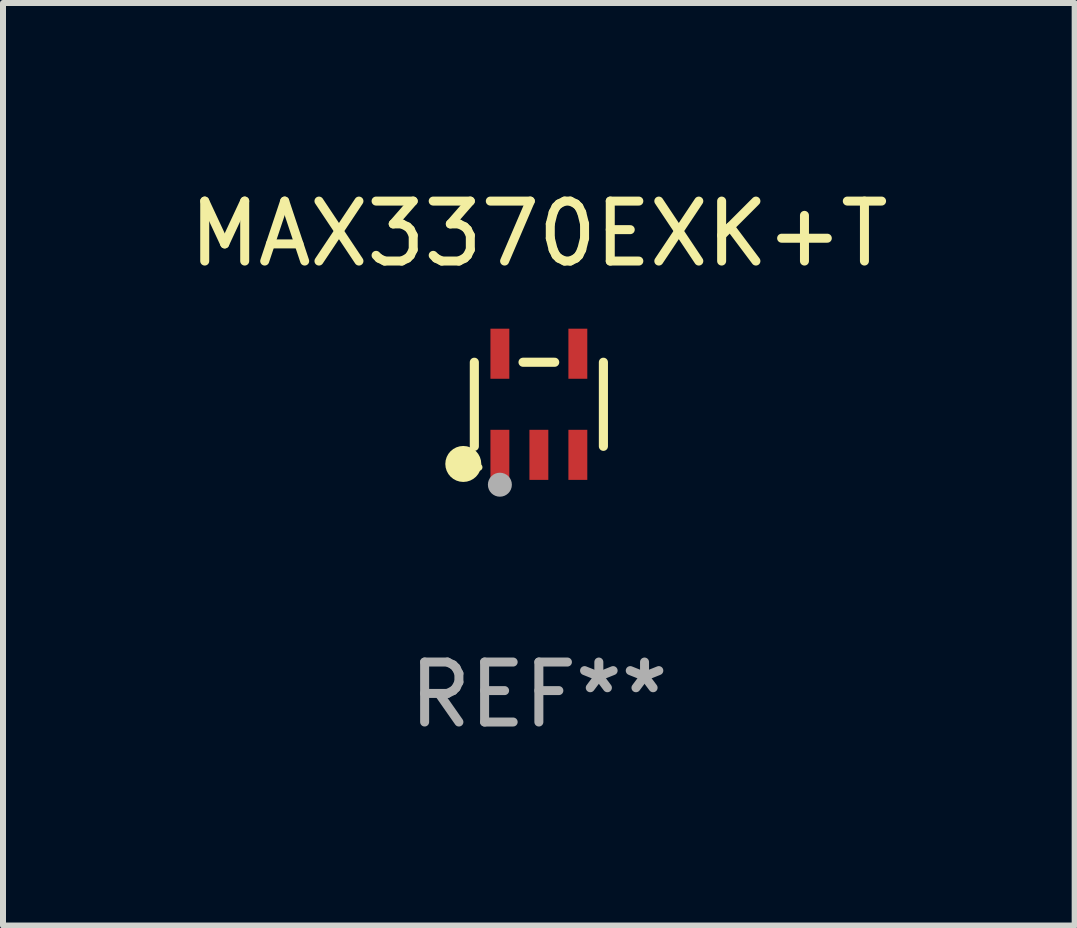
<source format=kicad_pcb>
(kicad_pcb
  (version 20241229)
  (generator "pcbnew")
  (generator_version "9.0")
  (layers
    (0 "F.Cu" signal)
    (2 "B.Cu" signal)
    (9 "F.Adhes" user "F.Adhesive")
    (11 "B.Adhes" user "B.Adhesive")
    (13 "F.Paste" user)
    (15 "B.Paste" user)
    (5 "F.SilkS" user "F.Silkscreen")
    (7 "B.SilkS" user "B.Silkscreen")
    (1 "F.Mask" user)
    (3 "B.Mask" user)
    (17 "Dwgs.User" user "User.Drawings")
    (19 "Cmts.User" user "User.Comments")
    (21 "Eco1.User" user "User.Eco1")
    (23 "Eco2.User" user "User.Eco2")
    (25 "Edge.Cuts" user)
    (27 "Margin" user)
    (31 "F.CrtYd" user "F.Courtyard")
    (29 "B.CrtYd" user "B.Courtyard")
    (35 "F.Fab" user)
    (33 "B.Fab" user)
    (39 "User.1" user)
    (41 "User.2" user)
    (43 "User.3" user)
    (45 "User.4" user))
  (footprint "MAX3370EXK+T"
    (layer "F.Cu")
    (at 5.935 3.691)
    (property "Reference" "MAX3370EXK+T" (at 0 -2.843 0) (layer "F.SilkS") (effects (font (size 1 1) (thickness 0.15))))
    (attr through_hole)
    (fp_line (start -1.076 0.701) (end -1.076 -0.701) (stroke (width 0.152) (type solid)) (layer "F.SilkS"))
    (fp_line (start 0.264 -0.701) (end -0.264 -0.701) (stroke (width 0.152) (type solid)) (layer "F.SilkS"))
    (fp_line (start 1.076 0.701) (end 1.076 -0.701) (stroke (width 0.152) (type solid)) (layer "F.SilkS"))
    (fp_circle (center -1.26 0.995) (end -1.11 0.995) (stroke (width 0.3) (type solid)) (fill no) (layer "F.SilkS"))
    (fp_circle (center -1 1.05) (end -0.97 1.05) (stroke (width 0.06) (type solid)) (fill no) (layer "F.SilkS"))
    (fp_circle (center -0.65 1.341) (end -0.55 1.341) (stroke (width 0.2) (type solid)) (fill no) (layer "F.Fab"))
    (fp_text user "REF**" (at 0 4.843 0) (layer "F.Fab") (effects (font (size 1 1) (thickness 0.15))))
    (pad "1" smd rect (at -0.65 0.843) (size 0.315 0.835) (layers "F.Cu" "F.Mask" "F.Paste"))
    (pad "2" smd rect (at 0.00014 0.843) (size 0.315 0.835) (layers "F.Cu" "F.Mask" "F.Paste"))
    (pad "3" smd rect (at 0.65 0.843) (size 0.315 0.835) (layers "F.Cu" "F.Mask" "F.Paste"))
    (pad "4" smd rect (at 0.65 -0.843) (size 0.315 0.835) (layers "F.Cu" "F.Mask" "F.Paste"))
    (pad "5" smd rect (at -0.65 -0.843) (size 0.315 0.835) (layers "F.Cu" "F.Mask" "F.Paste")))
  (gr_rect
    (start -3 -3)
    (end 14.869 12.382)
    (stroke (width 0.1) (type default))
    (fill no)
    (layer "Edge.Cuts")))
</source>
